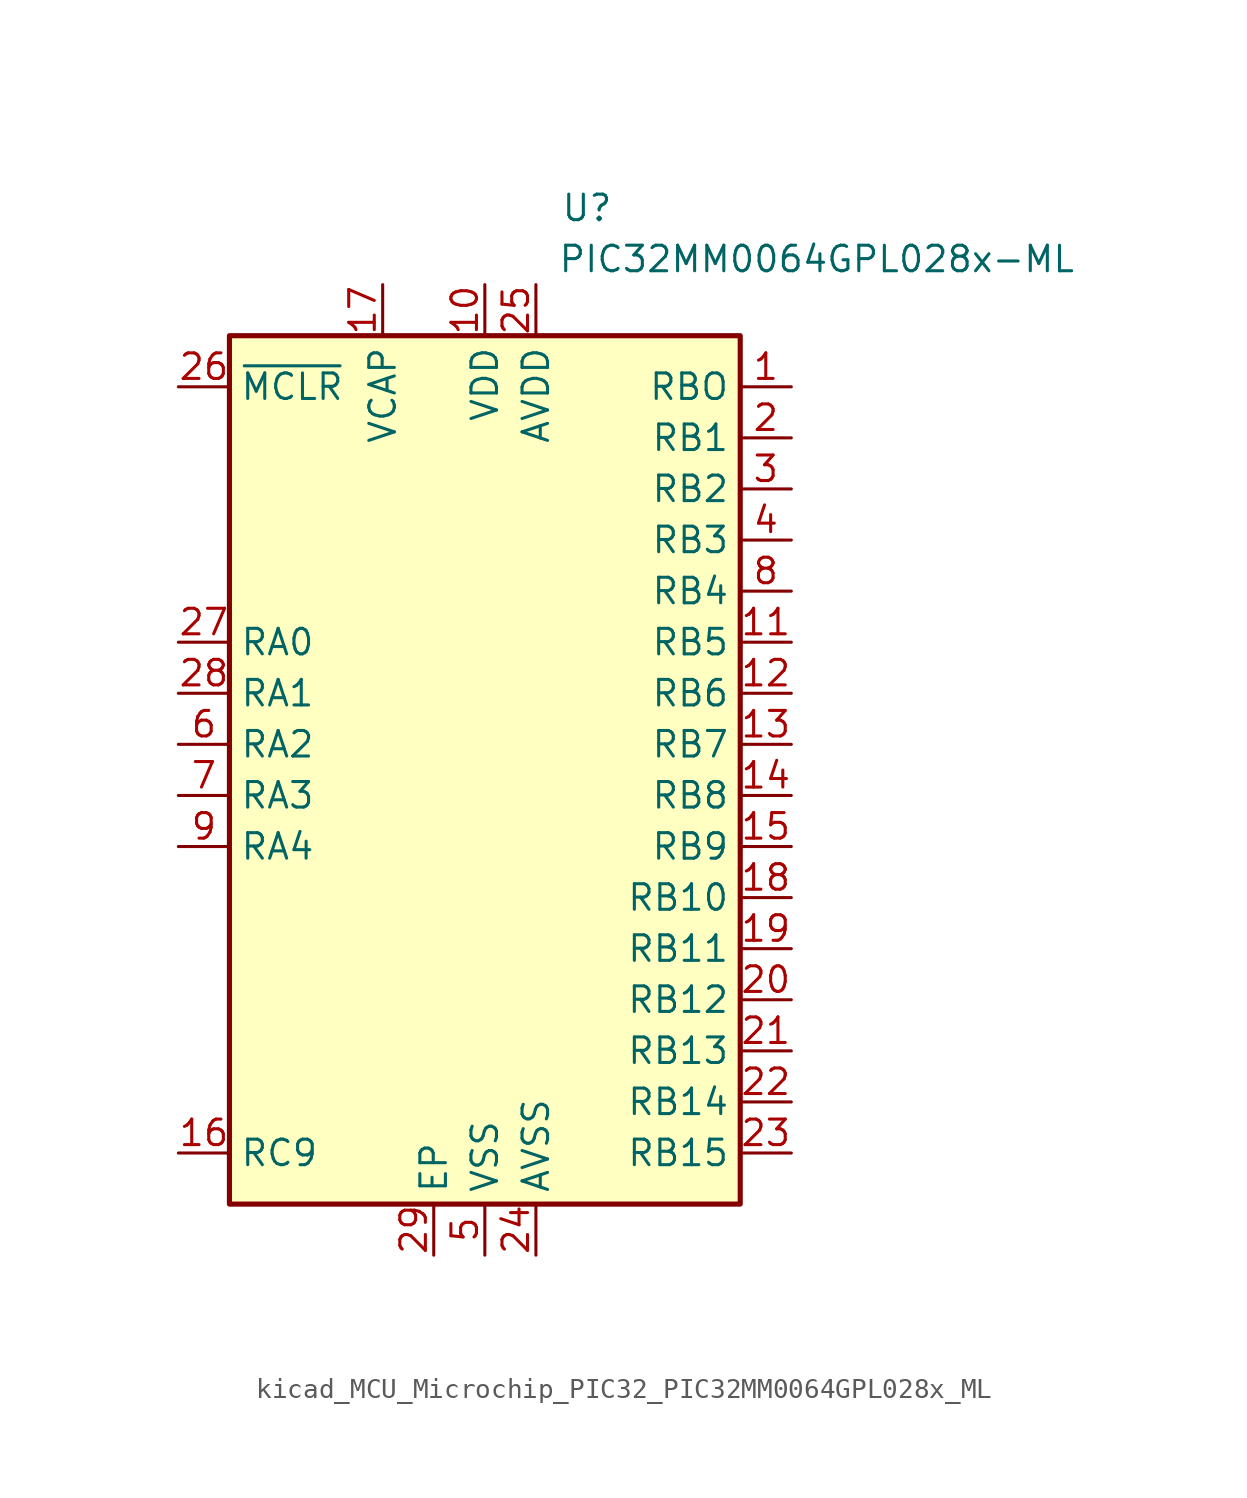
<source format=kicad_sym>
(kicad_symbol_lib
  (version 20220914)
  (generator kicad_symbol_editor)
  (symbol "kicad_MCU_Microchip_PIC32_PIC32MM0064GPL028x_ML"
    (property "Reference" "U"
      (at 5.08 26.67 0)
      (effects (font (size 1.27 1.27))))
    (property "Value" "PIC32MM0064GPL028x-ML"
      (at 16.51 24.13 0)
      (effects (font (size 1.27 1.27))))
    (symbol "kicad_MCU_Microchip_PIC32_PIC32MM0064GPL028x_ML_0_0"
      (pin bidirectional line (at 15.24 17.78 180) (length 2.54) (name "RBO" (effects (font (size 1.27 1.27)))) (number "1" (effects (font (size 1.27 1.27)))))
      (pin power_in line (at 0 22.86 270) (length 2.54) (name "VDD" (effects (font (size 1.27 1.27)))) (number "10" (effects (font (size 1.27 1.27)))))
      (pin bidirectional line (at 15.24 5.08 180) (length 2.54) (name "RB5" (effects (font (size 1.27 1.27)))) (number "11" (effects (font (size 1.27 1.27)))))
      (pin bidirectional line (at 15.24 2.54 180) (length 2.54) (name "RB6" (effects (font (size 1.27 1.27)))) (number "12" (effects (font (size 1.27 1.27)))))
      (pin bidirectional line (at 15.24 0 180) (length 2.54) (name "RB7" (effects (font (size 1.27 1.27)))) (number "13" (effects (font (size 1.27 1.27)))))
      (pin bidirectional line (at 15.24 -2.54 180) (length 2.54) (name "RB8" (effects (font (size 1.27 1.27)))) (number "14" (effects (font (size 1.27 1.27)))))
      (pin bidirectional line (at 15.24 -5.08 180) (length 2.54) (name "RB9" (effects (font (size 1.27 1.27)))) (number "15" (effects (font (size 1.27 1.27)))))
      (pin bidirectional line (at -15.24 -20.32 0) (length 2.54) (name "RC9" (effects (font (size 1.27 1.27)))) (number "16" (effects (font (size 1.27 1.27)))))
      (pin power_out line (at -5.08 22.86 270) (length 2.54) (name "VCAP" (effects (font (size 1.27 1.27)))) (number "17" (effects (font (size 1.27 1.27)))))
      (pin bidirectional line (at 15.24 -7.62 180) (length 2.54) (name "RB10" (effects (font (size 1.27 1.27)))) (number "18" (effects (font (size 1.27 1.27)))))
      (pin bidirectional line (at 15.24 -10.16 180) (length 2.54) (name "RB11" (effects (font (size 1.27 1.27)))) (number "19" (effects (font (size 1.27 1.27)))))
      (pin bidirectional line (at 15.24 15.24 180) (length 2.54) (name "RB1" (effects (font (size 1.27 1.27)))) (number "2" (effects (font (size 1.27 1.27)))))
      (pin bidirectional line (at 15.24 -12.7 180) (length 2.54) (name "RB12" (effects (font (size 1.27 1.27)))) (number "20" (effects (font (size 1.27 1.27)))))
      (pin bidirectional line (at 15.24 -15.24 180) (length 2.54) (name "RB13" (effects (font (size 1.27 1.27)))) (number "21" (effects (font (size 1.27 1.27)))))
      (pin bidirectional line (at 15.24 -17.78 180) (length 2.54) (name "RB14" (effects (font (size 1.27 1.27)))) (number "22" (effects (font (size 1.27 1.27)))))
      (pin bidirectional line (at 15.24 -20.32 180) (length 2.54) (name "RB15" (effects (font (size 1.27 1.27)))) (number "23" (effects (font (size 1.27 1.27)))))
      (pin power_in line (at 2.54 -25.4 90) (length 2.54) (name "AVSS" (effects (font (size 1.27 1.27)))) (number "24" (effects (font (size 1.27 1.27)))))
      (pin power_in line (at 2.54 22.86 270) (length 2.54) (name "AVDD" (effects (font (size 1.27 1.27)))) (number "25" (effects (font (size 1.27 1.27)))))
      (pin input line (at -15.24 17.78 0) (length 2.54) (name "~{MCLR}" (effects (font (size 1.27 1.27)))) (number "26" (effects (font (size 1.27 1.27)))))
      (pin bidirectional line (at -15.24 5.08 0) (length 2.54) (name "RA0" (effects (font (size 1.27 1.27)))) (number "27" (effects (font (size 1.27 1.27)))))
      (pin bidirectional line (at -15.24 2.54 0) (length 2.54) (name "RA1" (effects (font (size 1.27 1.27)))) (number "28" (effects (font (size 1.27 1.27)))))
      (pin passive line (at -2.54 -25.4 90) (length 2.54) (name "EP" (effects (font (size 1.27 1.27)))) (number "29" (effects (font (size 1.27 1.27)))))
      (pin bidirectional line (at 15.24 12.7 180) (length 2.54) (name "RB2" (effects (font (size 1.27 1.27)))) (number "3" (effects (font (size 1.27 1.27)))))
      (pin bidirectional line (at 15.24 10.16 180) (length 2.54) (name "RB3" (effects (font (size 1.27 1.27)))) (number "4" (effects (font (size 1.27 1.27)))))
      (pin power_in line (at 0 -25.4 90) (length 2.54) (name "VSS" (effects (font (size 1.27 1.27)))) (number "5" (effects (font (size 1.27 1.27)))))
      (pin bidirectional line (at -15.24 0 0) (length 2.54) (name "RA2" (effects (font (size 1.27 1.27)))) (number "6" (effects (font (size 1.27 1.27)))))
      (pin bidirectional line (at -15.24 -2.54 0) (length 2.54) (name "RA3" (effects (font (size 1.27 1.27)))) (number "7" (effects (font (size 1.27 1.27)))))
      (pin bidirectional line (at 15.24 7.62 180) (length 2.54) (name "RB4" (effects (font (size 1.27 1.27)))) (number "8" (effects (font (size 1.27 1.27)))))
      (pin bidirectional line (at -15.24 -5.08 0) (length 2.54) (name "RA4" (effects (font (size 1.27 1.27)))) (number "9" (effects (font (size 1.27 1.27))))))
    (symbol "kicad_MCU_Microchip_PIC32_PIC32MM0064GPL028x_ML_0_1"
      (rectangle (start -12.7 20.32) (end 12.7 -22.86) (stroke (width 0.254) (type default)) (fill (type background))))))
</source>
